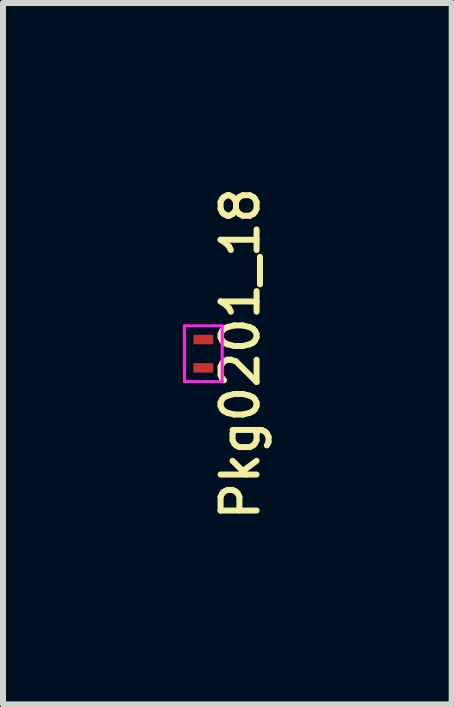
<source format=kicad_pcb>
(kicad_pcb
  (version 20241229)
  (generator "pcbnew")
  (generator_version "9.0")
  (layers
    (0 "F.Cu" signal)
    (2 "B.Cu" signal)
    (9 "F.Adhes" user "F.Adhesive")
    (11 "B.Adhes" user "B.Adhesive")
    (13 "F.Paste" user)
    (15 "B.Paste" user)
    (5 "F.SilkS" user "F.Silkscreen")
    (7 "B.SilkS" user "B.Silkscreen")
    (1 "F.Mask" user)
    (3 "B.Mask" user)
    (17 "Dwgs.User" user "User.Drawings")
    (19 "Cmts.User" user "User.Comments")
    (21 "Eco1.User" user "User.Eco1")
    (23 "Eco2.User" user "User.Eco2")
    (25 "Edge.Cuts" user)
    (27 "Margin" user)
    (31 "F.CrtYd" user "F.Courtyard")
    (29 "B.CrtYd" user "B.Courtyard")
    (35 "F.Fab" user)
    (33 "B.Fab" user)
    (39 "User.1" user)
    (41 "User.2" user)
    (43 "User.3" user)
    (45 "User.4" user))
  (footprint "Pkg0201_18"
    (layer "F.Cu")
    (at 0.34 2.847)
    (property "Reference" "Pkg0201_18" (at 0.615 0 90) (layer "F.SilkS") (effects (font (size 0.6 0.6) (thickness 0.1))))
    (fp_line (start -0.315 -0.465) (end -0.315 0.465) (stroke (width 0.05) (type solid)) (layer "F.CrtYd"))
    (fp_line (start -0.315 0.465) (end 0.315 0.465) (stroke (width 0.05) (type solid)) (layer "F.CrtYd"))
    (fp_line (start 0.315 -0.465) (end -0.315 -0.465) (stroke (width 0.05) (type solid)) (layer "F.CrtYd"))
    (fp_line (start 0.315 0.465) (end 0.315 -0.465) (stroke (width 0.05) (type solid)) (layer "F.CrtYd"))
    (pad "1" smd rect (at 0 -0.236) (size 0.33 0.158) (layers "F.Cu" "F.Mask" "F.Paste"))
    (pad "2" smd rect (at 0 0.236) (size 0.33 0.158) (layers "F.Cu" "F.Mask" "F.Paste")))
  (gr_rect
    (start -3 -3)
    (end 4.481 8.694)
    (stroke (width 0.1) (type default))
    (fill no)
    (layer "Edge.Cuts")))
</source>
